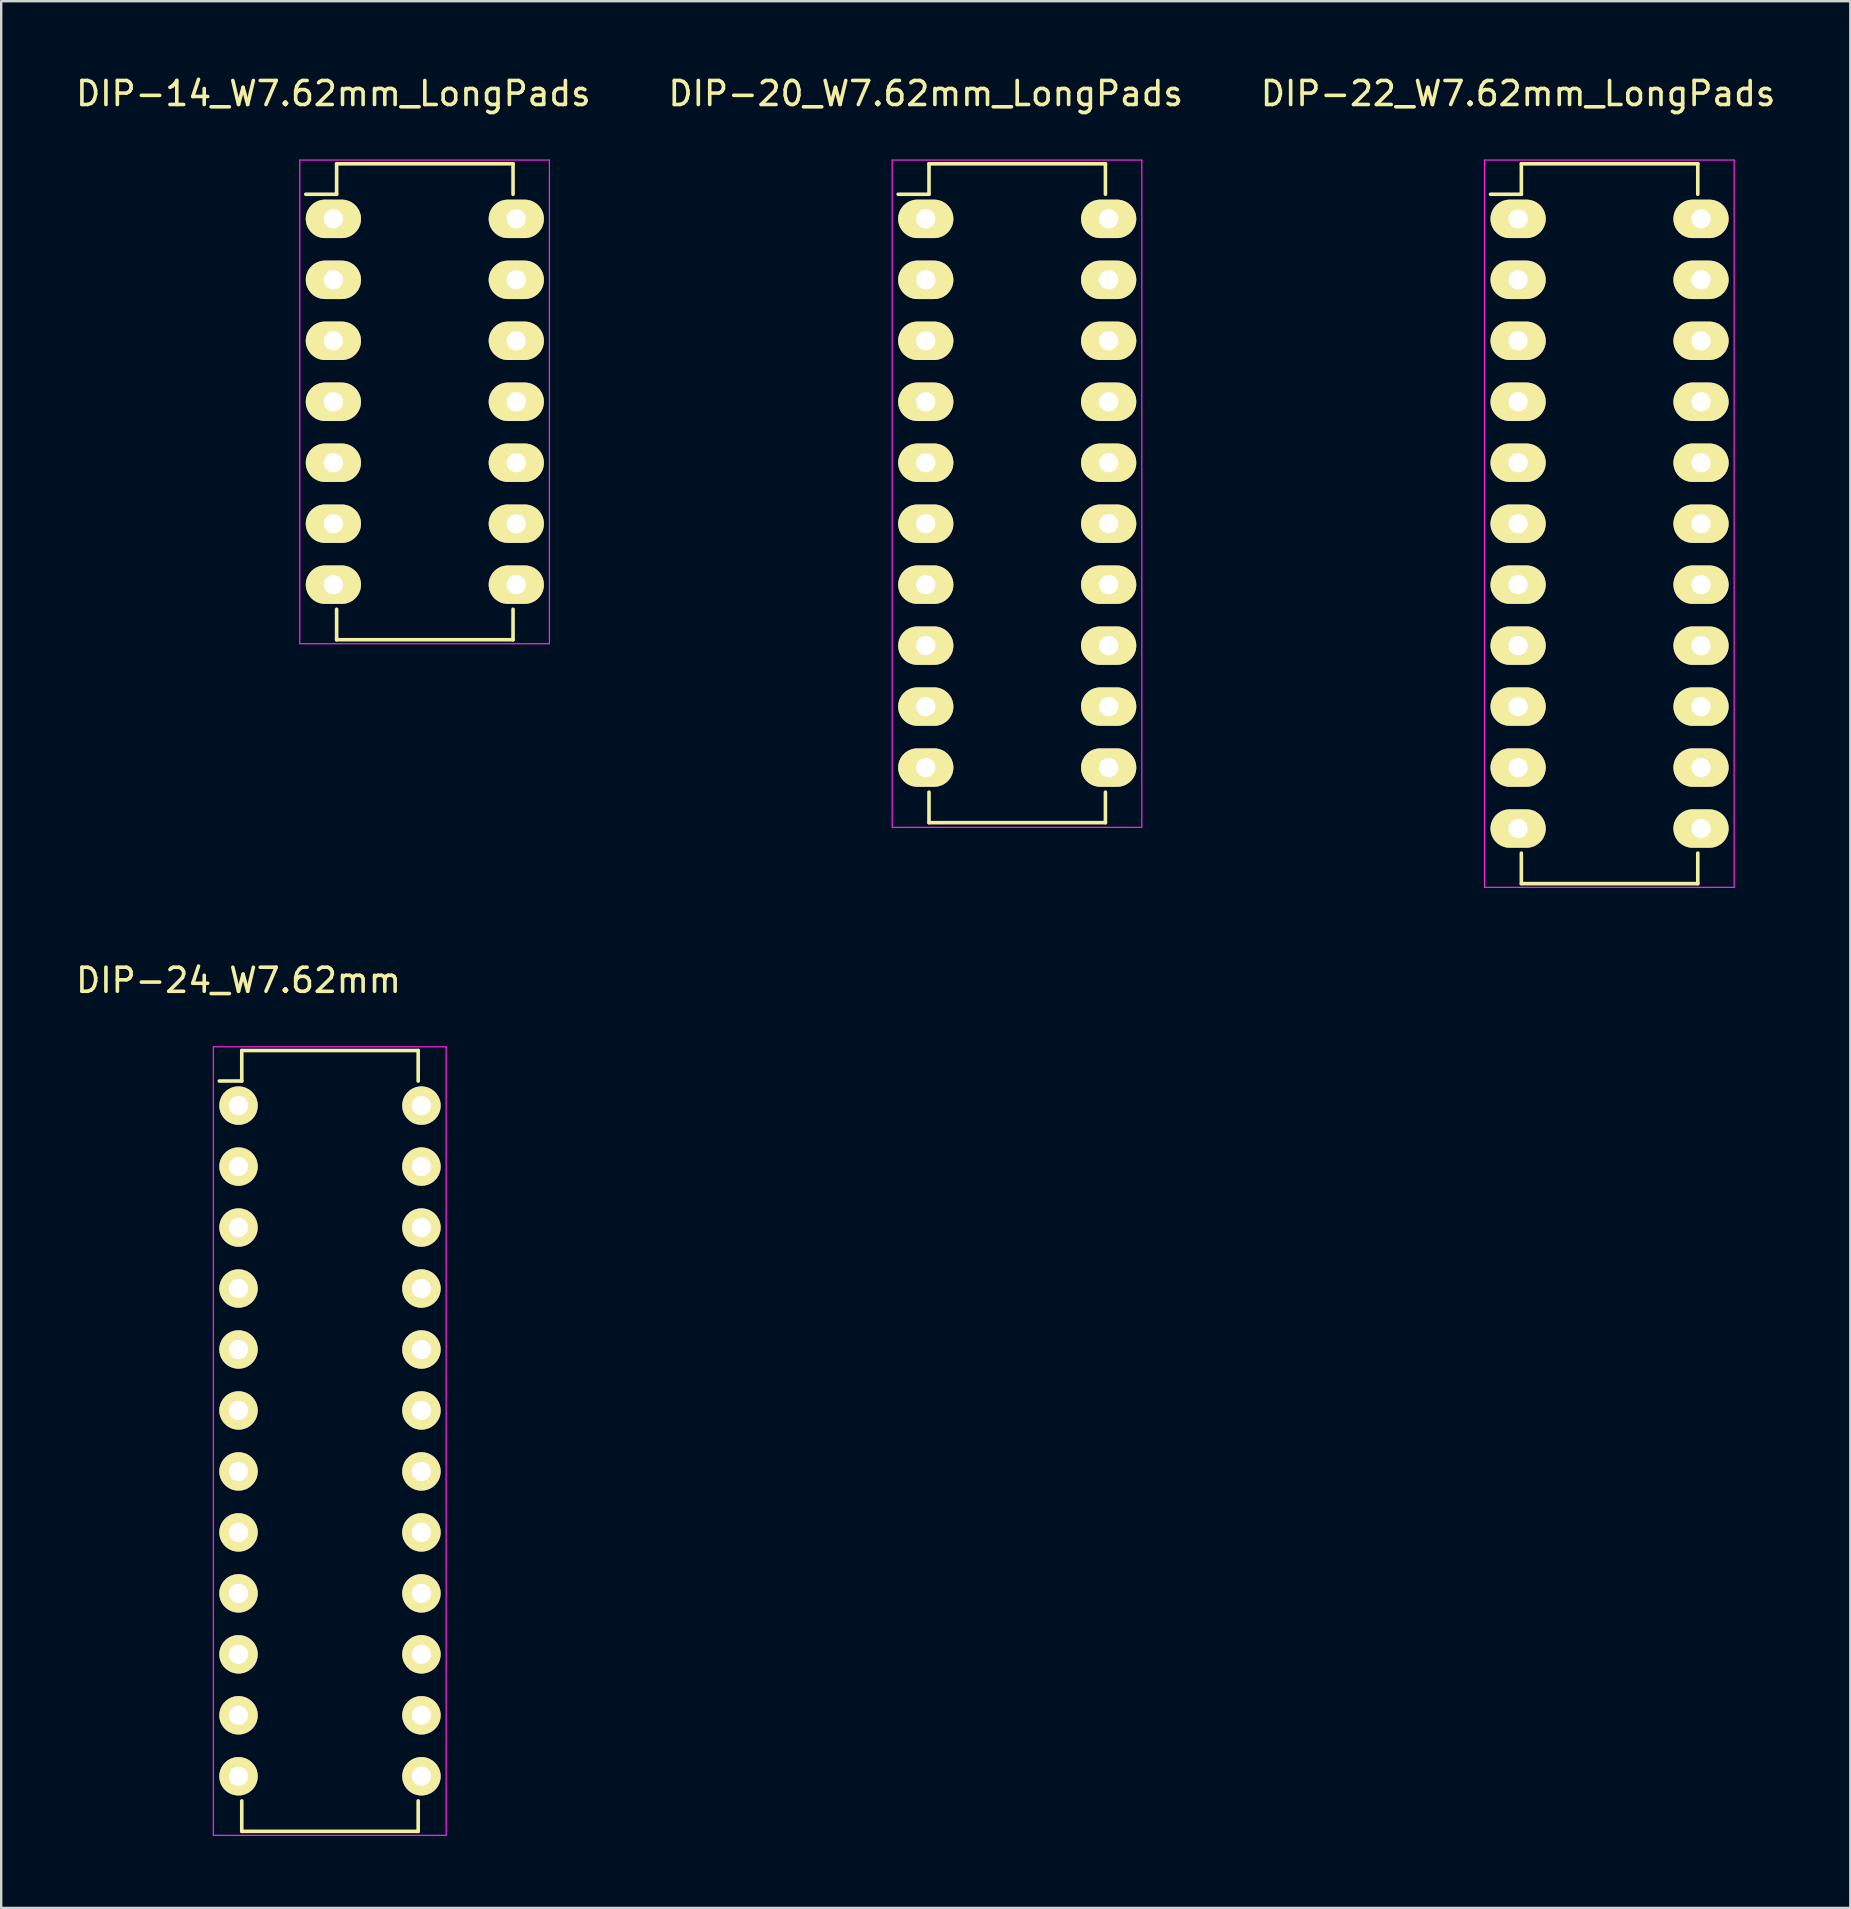
<source format=kicad_pcb>
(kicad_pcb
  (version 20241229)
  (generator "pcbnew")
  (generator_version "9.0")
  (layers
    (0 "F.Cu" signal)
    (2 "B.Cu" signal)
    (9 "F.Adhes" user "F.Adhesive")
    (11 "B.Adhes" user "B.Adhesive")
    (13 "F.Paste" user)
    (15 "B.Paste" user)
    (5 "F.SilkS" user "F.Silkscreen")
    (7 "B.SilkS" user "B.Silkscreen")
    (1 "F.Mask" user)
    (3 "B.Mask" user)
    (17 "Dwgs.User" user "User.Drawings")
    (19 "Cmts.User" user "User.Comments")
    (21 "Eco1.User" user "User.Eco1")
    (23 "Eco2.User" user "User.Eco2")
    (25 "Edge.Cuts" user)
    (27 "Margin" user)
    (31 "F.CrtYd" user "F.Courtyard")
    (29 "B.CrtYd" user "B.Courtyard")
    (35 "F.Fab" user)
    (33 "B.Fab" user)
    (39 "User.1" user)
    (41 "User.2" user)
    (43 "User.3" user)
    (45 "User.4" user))
  (footprint "DIP-20_W7.62mm_LongPads"
    (layer "F.Cu")
    (at 35.518 6.068)
    (property "Reference" "DIP-20_W7.62mm_LongPads" (at 0 -5.22 0) (layer "F.SilkS") (effects (font (size 1 1) (thickness 0.15))))
    (attr through_hole)
    (fp_line (start 0.135 -2.295) (end 0.135 -1.025) (stroke (width 0.15) (type solid)) (layer "F.SilkS"))
    (fp_line (start 0.135 -2.295) (end 7.485 -2.295) (stroke (width 0.15) (type solid)) (layer "F.SilkS"))
    (fp_line (start 0.135 -1.025) (end -1.15 -1.025) (stroke (width 0.15) (type solid)) (layer "F.SilkS"))
    (fp_line (start 0.135 25.155) (end 0.135 23.885) (stroke (width 0.15) (type solid)) (layer "F.SilkS"))
    (fp_line (start 0.135 25.155) (end 7.485 25.155) (stroke (width 0.15) (type solid)) (layer "F.SilkS"))
    (fp_line (start 7.485 -2.295) (end 7.485 -1.025) (stroke (width 0.15) (type solid)) (layer "F.SilkS"))
    (fp_line (start 7.485 25.155) (end 7.485 23.885) (stroke (width 0.15) (type solid)) (layer "F.SilkS"))
    (fp_line (start -1.4 -2.45) (end -1.4 25.35) (stroke (width 0.05) (type solid)) (layer "F.CrtYd"))
    (fp_line (start -1.4 -2.45) (end 9 -2.45) (stroke (width 0.05) (type solid)) (layer "F.CrtYd"))
    (fp_line (start -1.4 25.35) (end 9 25.35) (stroke (width 0.05) (type solid)) (layer "F.CrtYd"))
    (fp_line (start 9 -2.45) (end 9 25.35) (stroke (width 0.05) (type solid)) (layer "F.CrtYd"))
    (pad "1" thru_hole oval (at 0 0) (size 2.3 1.6) (drill 0.8) (layers "*.Cu" "*.Mask" "F.SilkS"))
    (pad "2" thru_hole oval (at 0 2.54) (size 2.3 1.6) (drill 0.8) (layers "*.Cu" "*.Mask" "F.SilkS"))
    (pad "3" thru_hole oval (at 0 5.08) (size 2.3 1.6) (drill 0.8) (layers "*.Cu" "*.Mask" "F.SilkS"))
    (pad "4" thru_hole oval (at 0 7.62) (size 2.3 1.6) (drill 0.8) (layers "*.Cu" "*.Mask" "F.SilkS"))
    (pad "5" thru_hole oval (at 0 10.16) (size 2.3 1.6) (drill 0.8) (layers "*.Cu" "*.Mask" "F.SilkS"))
    (pad "6" thru_hole oval (at 0 12.7) (size 2.3 1.6) (drill 0.8) (layers "*.Cu" "*.Mask" "F.SilkS"))
    (pad "7" thru_hole oval (at 0 15.24) (size 2.3 1.6) (drill 0.8) (layers "*.Cu" "*.Mask" "F.SilkS"))
    (pad "8" thru_hole oval (at 0 17.78) (size 2.3 1.6) (drill 0.8) (layers "*.Cu" "*.Mask" "F.SilkS"))
    (pad "9" thru_hole oval (at 0 20.32) (size 2.3 1.6) (drill 0.8) (layers "*.Cu" "*.Mask" "F.SilkS"))
    (pad "10" thru_hole oval (at 0 22.86) (size 2.3 1.6) (drill 0.8) (layers "*.Cu" "*.Mask" "F.SilkS"))
    (pad "11" thru_hole oval (at 7.62 22.86) (size 2.3 1.6) (drill 0.8) (layers "*.Cu" "*.Mask" "F.SilkS"))
    (pad "12" thru_hole oval (at 7.62 20.32) (size 2.3 1.6) (drill 0.8) (layers "*.Cu" "*.Mask" "F.SilkS"))
    (pad "13" thru_hole oval (at 7.62 17.78) (size 2.3 1.6) (drill 0.8) (layers "*.Cu" "*.Mask" "F.SilkS"))
    (pad "14" thru_hole oval (at 7.62 15.24) (size 2.3 1.6) (drill 0.8) (layers "*.Cu" "*.Mask" "F.SilkS"))
    (pad "15" thru_hole oval (at 7.62 12.7) (size 2.3 1.6) (drill 0.8) (layers "*.Cu" "*.Mask" "F.SilkS"))
    (pad "16" thru_hole oval (at 7.62 10.16) (size 2.3 1.6) (drill 0.8) (layers "*.Cu" "*.Mask" "F.SilkS"))
    (pad "17" thru_hole oval (at 7.62 7.62) (size 2.3 1.6) (drill 0.8) (layers "*.Cu" "*.Mask" "F.SilkS"))
    (pad "18" thru_hole oval (at 7.62 5.08) (size 2.3 1.6) (drill 0.8) (layers "*.Cu" "*.Mask" "F.SilkS"))
    (pad "19" thru_hole oval (at 7.62 2.54) (size 2.3 1.6) (drill 0.8) (layers "*.Cu" "*.Mask" "F.SilkS"))
    (pad "20" thru_hole oval (at 7.62 0) (size 2.3 1.6) (drill 0.8) (layers "*.Cu" "*.Mask" "F.SilkS")))
  (footprint "DIP-14_W7.62mm_LongPads"
    (layer "F.Cu")
    (at 10.839 6.068)
    (property "Reference" "DIP-14_W7.62mm_LongPads" (at 0 -5.22 0) (layer "F.SilkS") (effects (font (size 1 1) (thickness 0.15))))
    (attr through_hole)
    (fp_line (start 0.135 -2.295) (end 0.135 -1.025) (stroke (width 0.15) (type solid)) (layer "F.SilkS"))
    (fp_line (start 0.135 -2.295) (end 7.485 -2.295) (stroke (width 0.15) (type solid)) (layer "F.SilkS"))
    (fp_line (start 0.135 -1.025) (end -1.15 -1.025) (stroke (width 0.15) (type solid)) (layer "F.SilkS"))
    (fp_line (start 0.135 17.535) (end 0.135 16.265) (stroke (width 0.15) (type solid)) (layer "F.SilkS"))
    (fp_line (start 0.135 17.535) (end 7.485 17.535) (stroke (width 0.15) (type solid)) (layer "F.SilkS"))
    (fp_line (start 7.485 -2.295) (end 7.485 -1.025) (stroke (width 0.15) (type solid)) (layer "F.SilkS"))
    (fp_line (start 7.485 17.535) (end 7.485 16.265) (stroke (width 0.15) (type solid)) (layer "F.SilkS"))
    (fp_line (start -1.4 -2.45) (end -1.4 17.7) (stroke (width 0.05) (type solid)) (layer "F.CrtYd"))
    (fp_line (start -1.4 -2.45) (end 9 -2.45) (stroke (width 0.05) (type solid)) (layer "F.CrtYd"))
    (fp_line (start -1.4 17.7) (end 9 17.7) (stroke (width 0.05) (type solid)) (layer "F.CrtYd"))
    (fp_line (start 9 -2.45) (end 9 17.7) (stroke (width 0.05) (type solid)) (layer "F.CrtYd"))
    (pad "1" thru_hole oval (at 0 0) (size 2.3 1.6) (drill 0.8) (layers "*.Cu" "*.Mask" "F.SilkS"))
    (pad "2" thru_hole oval (at 0 2.54) (size 2.3 1.6) (drill 0.8) (layers "*.Cu" "*.Mask" "F.SilkS"))
    (pad "3" thru_hole oval (at 0 5.08) (size 2.3 1.6) (drill 0.8) (layers "*.Cu" "*.Mask" "F.SilkS"))
    (pad "4" thru_hole oval (at 0 7.62) (size 2.3 1.6) (drill 0.8) (layers "*.Cu" "*.Mask" "F.SilkS"))
    (pad "5" thru_hole oval (at 0 10.16) (size 2.3 1.6) (drill 0.8) (layers "*.Cu" "*.Mask" "F.SilkS"))
    (pad "6" thru_hole oval (at 0 12.7) (size 2.3 1.6) (drill 0.8) (layers "*.Cu" "*.Mask" "F.SilkS"))
    (pad "7" thru_hole oval (at 0 15.24) (size 2.3 1.6) (drill 0.8) (layers "*.Cu" "*.Mask" "F.SilkS"))
    (pad "8" thru_hole oval (at 7.62 15.24) (size 2.3 1.6) (drill 0.8) (layers "*.Cu" "*.Mask" "F.SilkS"))
    (pad "9" thru_hole oval (at 7.62 12.7) (size 2.3 1.6) (drill 0.8) (layers "*.Cu" "*.Mask" "F.SilkS"))
    (pad "10" thru_hole oval (at 7.62 10.16) (size 2.3 1.6) (drill 0.8) (layers "*.Cu" "*.Mask" "F.SilkS"))
    (pad "11" thru_hole oval (at 7.62 7.62) (size 2.3 1.6) (drill 0.8) (layers "*.Cu" "*.Mask" "F.SilkS"))
    (pad "12" thru_hole oval (at 7.62 5.08) (size 2.3 1.6) (drill 0.8) (layers "*.Cu" "*.Mask" "F.SilkS"))
    (pad "13" thru_hole oval (at 7.62 2.54) (size 2.3 1.6) (drill 0.8) (layers "*.Cu" "*.Mask" "F.SilkS"))
    (pad "14" thru_hole oval (at 7.62 0) (size 2.3 1.6) (drill 0.8) (layers "*.Cu" "*.Mask" "F.SilkS")))
  (footprint "DIP-22_W7.62mm_LongPads"
    (layer "F.Cu")
    (at 60.196 6.068)
    (property "Reference" "DIP-22_W7.62mm_LongPads" (at 0 -5.22 0) (layer "F.SilkS") (effects (font (size 1 1) (thickness 0.15))))
    (attr through_hole)
    (fp_line (start 0.135 -2.295) (end 0.135 -1.025) (stroke (width 0.15) (type solid)) (layer "F.SilkS"))
    (fp_line (start 0.135 -2.295) (end 7.485 -2.295) (stroke (width 0.15) (type solid)) (layer "F.SilkS"))
    (fp_line (start 0.135 -1.025) (end -1.15 -1.025) (stroke (width 0.15) (type solid)) (layer "F.SilkS"))
    (fp_line (start 0.135 27.695) (end 0.135 26.425) (stroke (width 0.15) (type solid)) (layer "F.SilkS"))
    (fp_line (start 0.135 27.695) (end 7.485 27.695) (stroke (width 0.15) (type solid)) (layer "F.SilkS"))
    (fp_line (start 7.485 -2.295) (end 7.485 -1.025) (stroke (width 0.15) (type solid)) (layer "F.SilkS"))
    (fp_line (start 7.485 27.695) (end 7.485 26.425) (stroke (width 0.15) (type solid)) (layer "F.SilkS"))
    (fp_line (start -1.4 -2.45) (end -1.4 27.85) (stroke (width 0.05) (type solid)) (layer "F.CrtYd"))
    (fp_line (start -1.4 -2.45) (end 9 -2.45) (stroke (width 0.05) (type solid)) (layer "F.CrtYd"))
    (fp_line (start -1.4 27.85) (end 9 27.85) (stroke (width 0.05) (type solid)) (layer "F.CrtYd"))
    (fp_line (start 9 -2.45) (end 9 27.85) (stroke (width 0.05) (type solid)) (layer "F.CrtYd"))
    (pad "1" thru_hole oval (at 0 0) (size 2.3 1.6) (drill 0.8) (layers "*.Cu" "*.Mask" "F.SilkS"))
    (pad "2" thru_hole oval (at 0 2.54) (size 2.3 1.6) (drill 0.8) (layers "*.Cu" "*.Mask" "F.SilkS"))
    (pad "3" thru_hole oval (at 0 5.08) (size 2.3 1.6) (drill 0.8) (layers "*.Cu" "*.Mask" "F.SilkS"))
    (pad "4" thru_hole oval (at 0 7.62) (size 2.3 1.6) (drill 0.8) (layers "*.Cu" "*.Mask" "F.SilkS"))
    (pad "5" thru_hole oval (at 0 10.16) (size 2.3 1.6) (drill 0.8) (layers "*.Cu" "*.Mask" "F.SilkS"))
    (pad "6" thru_hole oval (at 0 12.7) (size 2.3 1.6) (drill 0.8) (layers "*.Cu" "*.Mask" "F.SilkS"))
    (pad "7" thru_hole oval (at 0 15.24) (size 2.3 1.6) (drill 0.8) (layers "*.Cu" "*.Mask" "F.SilkS"))
    (pad "8" thru_hole oval (at 0 17.78) (size 2.3 1.6) (drill 0.8) (layers "*.Cu" "*.Mask" "F.SilkS"))
    (pad "9" thru_hole oval (at 0 20.32) (size 2.3 1.6) (drill 0.8) (layers "*.Cu" "*.Mask" "F.SilkS"))
    (pad "10" thru_hole oval (at 0 22.86) (size 2.3 1.6) (drill 0.8) (layers "*.Cu" "*.Mask" "F.SilkS"))
    (pad "11" thru_hole oval (at 0 25.4) (size 2.3 1.6) (drill 0.8) (layers "*.Cu" "*.Mask" "F.SilkS"))
    (pad "12" thru_hole oval (at 7.62 25.4) (size 2.3 1.6) (drill 0.8) (layers "*.Cu" "*.Mask" "F.SilkS"))
    (pad "13" thru_hole oval (at 7.62 22.86) (size 2.3 1.6) (drill 0.8) (layers "*.Cu" "*.Mask" "F.SilkS"))
    (pad "14" thru_hole oval (at 7.62 20.32) (size 2.3 1.6) (drill 0.8) (layers "*.Cu" "*.Mask" "F.SilkS"))
    (pad "15" thru_hole oval (at 7.62 17.78) (size 2.3 1.6) (drill 0.8) (layers "*.Cu" "*.Mask" "F.SilkS"))
    (pad "16" thru_hole oval (at 7.62 15.24) (size 2.3 1.6) (drill 0.8) (layers "*.Cu" "*.Mask" "F.SilkS"))
    (pad "17" thru_hole oval (at 7.62 12.7) (size 2.3 1.6) (drill 0.8) (layers "*.Cu" "*.Mask" "F.SilkS"))
    (pad "18" thru_hole oval (at 7.62 10.16) (size 2.3 1.6) (drill 0.8) (layers "*.Cu" "*.Mask" "F.SilkS"))
    (pad "19" thru_hole oval (at 7.62 7.62) (size 2.3 1.6) (drill 0.8) (layers "*.Cu" "*.Mask" "F.SilkS"))
    (pad "20" thru_hole oval (at 7.62 5.08) (size 2.3 1.6) (drill 0.8) (layers "*.Cu" "*.Mask" "F.SilkS"))
    (pad "21" thru_hole oval (at 7.62 2.54) (size 2.3 1.6) (drill 0.8) (layers "*.Cu" "*.Mask" "F.SilkS"))
    (pad "22" thru_hole oval (at 7.62 0) (size 2.3 1.6) (drill 0.8) (layers "*.Cu" "*.Mask" "F.SilkS")))
  (footprint "DIP-24_W7.62mm"
    (layer "F.Cu")
    (at 6.887 43.011)
    (property "Reference" "DIP-24_W7.62mm" (at 0 -5.22 0) (layer "F.SilkS") (effects (font (size 1 1) (thickness 0.15))))
    (attr through_hole)
    (fp_line (start 0.135 -2.295) (end 0.135 -1.025) (stroke (width 0.15) (type solid)) (layer "F.SilkS"))
    (fp_line (start 0.135 -2.295) (end 7.485 -2.295) (stroke (width 0.15) (type solid)) (layer "F.SilkS"))
    (fp_line (start 0.135 -1.025) (end -0.8 -1.025) (stroke (width 0.15) (type solid)) (layer "F.SilkS"))
    (fp_line (start 0.135 30.235) (end 0.135 28.965) (stroke (width 0.15) (type solid)) (layer "F.SilkS"))
    (fp_line (start 0.135 30.235) (end 7.485 30.235) (stroke (width 0.15) (type solid)) (layer "F.SilkS"))
    (fp_line (start 7.485 -2.295) (end 7.485 -1.025) (stroke (width 0.15) (type solid)) (layer "F.SilkS"))
    (fp_line (start 7.485 30.235) (end 7.485 28.965) (stroke (width 0.15) (type solid)) (layer "F.SilkS"))
    (fp_line (start -1.05 -2.45) (end -1.05 30.4) (stroke (width 0.05) (type solid)) (layer "F.CrtYd"))
    (fp_line (start -1.05 -2.45) (end 8.65 -2.45) (stroke (width 0.05) (type solid)) (layer "F.CrtYd"))
    (fp_line (start -1.05 30.4) (end 8.65 30.4) (stroke (width 0.05) (type solid)) (layer "F.CrtYd"))
    (fp_line (start 8.65 -2.45) (end 8.65 30.4) (stroke (width 0.05) (type solid)) (layer "F.CrtYd"))
    (pad "1" thru_hole oval (at 0 0) (size 1.6 1.6) (drill 0.8) (layers "*.Cu" "*.Mask" "F.SilkS"))
    (pad "2" thru_hole oval (at 0 2.54) (size 1.6 1.6) (drill 0.8) (layers "*.Cu" "*.Mask" "F.SilkS"))
    (pad "3" thru_hole oval (at 0 5.08) (size 1.6 1.6) (drill 0.8) (layers "*.Cu" "*.Mask" "F.SilkS"))
    (pad "4" thru_hole oval (at 0 7.62) (size 1.6 1.6) (drill 0.8) (layers "*.Cu" "*.Mask" "F.SilkS"))
    (pad "5" thru_hole oval (at 0 10.16) (size 1.6 1.6) (drill 0.8) (layers "*.Cu" "*.Mask" "F.SilkS"))
    (pad "6" thru_hole oval (at 0 12.7) (size 1.6 1.6) (drill 0.8) (layers "*.Cu" "*.Mask" "F.SilkS"))
    (pad "7" thru_hole oval (at 0 15.24) (size 1.6 1.6) (drill 0.8) (layers "*.Cu" "*.Mask" "F.SilkS"))
    (pad "8" thru_hole oval (at 0 17.78) (size 1.6 1.6) (drill 0.8) (layers "*.Cu" "*.Mask" "F.SilkS"))
    (pad "9" thru_hole oval (at 0 20.32) (size 1.6 1.6) (drill 0.8) (layers "*.Cu" "*.Mask" "F.SilkS"))
    (pad "10" thru_hole oval (at 0 22.86) (size 1.6 1.6) (drill 0.8) (layers "*.Cu" "*.Mask" "F.SilkS"))
    (pad "11" thru_hole oval (at 0 25.4) (size 1.6 1.6) (drill 0.8) (layers "*.Cu" "*.Mask" "F.SilkS"))
    (pad "12" thru_hole oval (at 0 27.94) (size 1.6 1.6) (drill 0.8) (layers "*.Cu" "*.Mask" "F.SilkS"))
    (pad "13" thru_hole oval (at 7.62 27.94) (size 1.6 1.6) (drill 0.8) (layers "*.Cu" "*.Mask" "F.SilkS"))
    (pad "14" thru_hole oval (at 7.62 25.4) (size 1.6 1.6) (drill 0.8) (layers "*.Cu" "*.Mask" "F.SilkS"))
    (pad "15" thru_hole oval (at 7.62 22.86) (size 1.6 1.6) (drill 0.8) (layers "*.Cu" "*.Mask" "F.SilkS"))
    (pad "16" thru_hole oval (at 7.62 20.32) (size 1.6 1.6) (drill 0.8) (layers "*.Cu" "*.Mask" "F.SilkS"))
    (pad "17" thru_hole oval (at 7.62 17.78) (size 1.6 1.6) (drill 0.8) (layers "*.Cu" "*.Mask" "F.SilkS"))
    (pad "18" thru_hole oval (at 7.62 15.24) (size 1.6 1.6) (drill 0.8) (layers "*.Cu" "*.Mask" "F.SilkS"))
    (pad "19" thru_hole oval (at 7.62 12.7) (size 1.6 1.6) (drill 0.8) (layers "*.Cu" "*.Mask" "F.SilkS"))
    (pad "20" thru_hole oval (at 7.62 10.16) (size 1.6 1.6) (drill 0.8) (layers "*.Cu" "*.Mask" "F.SilkS"))
    (pad "21" thru_hole oval (at 7.62 7.62) (size 1.6 1.6) (drill 0.8) (layers "*.Cu" "*.Mask" "F.SilkS"))
    (pad "22" thru_hole oval (at 7.62 5.08) (size 1.6 1.6) (drill 0.8) (layers "*.Cu" "*.Mask" "F.SilkS"))
    (pad "23" thru_hole oval (at 7.62 2.54) (size 1.6 1.6) (drill 0.8) (layers "*.Cu" "*.Mask" "F.SilkS"))
    (pad "24" thru_hole oval (at 7.62 0) (size 1.6 1.6) (drill 0.8) (layers "*.Cu" "*.Mask" "F.SilkS")))
  (gr_rect
    (start -3 -3)
    (end 74.036 76.436)
    (stroke (width 0.1) (type default))
    (fill no)
    (layer "Edge.Cuts")))
</source>
